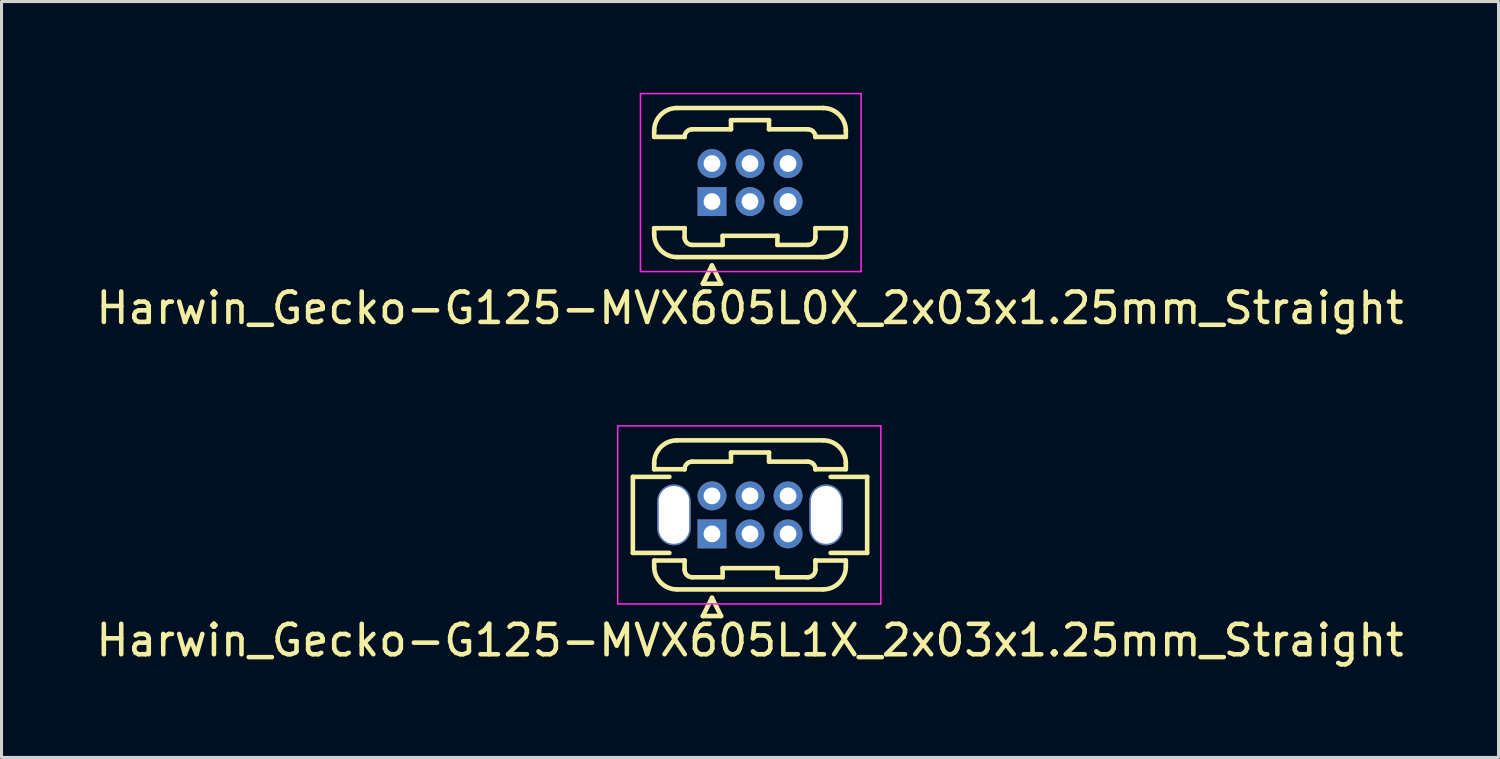
<source format=kicad_pcb>
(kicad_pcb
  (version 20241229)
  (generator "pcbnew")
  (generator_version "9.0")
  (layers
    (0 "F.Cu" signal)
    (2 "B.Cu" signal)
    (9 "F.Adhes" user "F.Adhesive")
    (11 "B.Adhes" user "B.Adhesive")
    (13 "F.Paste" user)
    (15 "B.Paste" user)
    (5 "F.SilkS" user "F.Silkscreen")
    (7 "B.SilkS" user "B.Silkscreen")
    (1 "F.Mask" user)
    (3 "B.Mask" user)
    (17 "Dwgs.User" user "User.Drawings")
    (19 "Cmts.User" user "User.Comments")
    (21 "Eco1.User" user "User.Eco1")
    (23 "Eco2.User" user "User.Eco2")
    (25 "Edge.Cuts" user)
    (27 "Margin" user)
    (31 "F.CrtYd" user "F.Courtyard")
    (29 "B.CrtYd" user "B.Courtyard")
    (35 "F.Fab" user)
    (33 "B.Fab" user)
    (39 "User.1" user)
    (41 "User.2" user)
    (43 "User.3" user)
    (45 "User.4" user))
  (footprint "Harwin_Gecko-G125-MVX605L0X_2x03x1.25mm_Straight"
    (layer "F.Cu")
    (at 20.351 3.575)
    (property "Reference" "Harwin_Gecko-G125-MVX605L0X_2x03x1.25mm_Straight" (at 1.25 3.5 0) (layer "F.SilkS") (effects (font (size 1 1) (thickness 0.15))))
    (attr through_hole)
    (fp_line (start -1.9 -2.325) (end -1.9 -2.125) (stroke (width 0.15) (type solid)) (layer "F.SilkS"))
    (fp_line (start -1.9 -2.125) (end -0.9 -2.125) (stroke (width 0.15) (type solid)) (layer "F.SilkS"))
    (fp_line (start -1.9 0.875) (end -0.9 0.875) (stroke (width 0.15) (type solid)) (layer "F.SilkS"))
    (fp_line (start -1.9 1.075) (end -1.9 0.875) (stroke (width 0.15) (type solid)) (layer "F.SilkS"))
    (fp_line (start -1.15 -3.075) (end 3.65 -3.075) (stroke (width 0.15) (type solid)) (layer "F.SilkS"))
    (fp_line (start -1.15 1.825) (end 3.65 1.825) (stroke (width 0.15) (type solid)) (layer "F.SilkS"))
    (fp_line (start -0.9 -2.125) (end -0.9 -2.125) (stroke (width 0.15) (type solid)) (layer "F.SilkS"))
    (fp_line (start -0.9 0.875) (end -0.9 0.875) (stroke (width 0.15) (type solid)) (layer "F.SilkS"))
    (fp_line (start -0.9 1.175) (end -0.9 0.875) (stroke (width 0.15) (type solid)) (layer "F.SilkS"))
    (fp_line (start -0.65 -2.375) (end 0.625 -2.375) (stroke (width 0.15) (type solid)) (layer "F.SilkS"))
    (fp_line (start -0.65 1.425) (end 0.35 1.425) (stroke (width 0.15) (type solid)) (layer "F.SilkS"))
    (fp_line (start -0.3 2.7) (end 0.3 2.7) (stroke (width 0.15) (type solid)) (layer "F.SilkS"))
    (fp_line (start 0 2.1) (end -0.3 2.7) (stroke (width 0.15) (type solid)) (layer "F.SilkS"))
    (fp_line (start 0.3 2.7) (end 0 2.1) (stroke (width 0.15) (type solid)) (layer "F.SilkS"))
    (fp_line (start 0.35 1.125) (end 2.15 1.125) (stroke (width 0.15) (type solid)) (layer "F.SilkS"))
    (fp_line (start 0.35 1.425) (end 0.35 1.125) (stroke (width 0.15) (type solid)) (layer "F.SilkS"))
    (fp_line (start 0.625 -2.675) (end 1.875 -2.675) (stroke (width 0.15) (type solid)) (layer "F.SilkS"))
    (fp_line (start 0.625 -2.375) (end 0.625 -2.675) (stroke (width 0.15) (type solid)) (layer "F.SilkS"))
    (fp_line (start 1.875 -2.675) (end 1.875 -2.375) (stroke (width 0.15) (type solid)) (layer "F.SilkS"))
    (fp_line (start 1.875 -2.375) (end 3.15 -2.375) (stroke (width 0.15) (type solid)) (layer "F.SilkS"))
    (fp_line (start 2.15 1.125) (end 2.15 1.425) (stroke (width 0.15) (type solid)) (layer "F.SilkS"))
    (fp_line (start 2.15 1.425) (end 3.15 1.425) (stroke (width 0.15) (type solid)) (layer "F.SilkS"))
    (fp_line (start 3.4 -2.125) (end 3.4 -2.125) (stroke (width 0.15) (type solid)) (layer "F.SilkS"))
    (fp_line (start 3.4 0.875) (end 3.4 0.875) (stroke (width 0.15) (type solid)) (layer "F.SilkS"))
    (fp_line (start 3.4 1.175) (end 3.4 0.875) (stroke (width 0.15) (type solid)) (layer "F.SilkS"))
    (fp_line (start 4.4 -2.325) (end 4.4 -2.125) (stroke (width 0.15) (type solid)) (layer "F.SilkS"))
    (fp_line (start 4.4 -2.125) (end 3.4 -2.125) (stroke (width 0.15) (type solid)) (layer "F.SilkS"))
    (fp_line (start 4.4 0.875) (end 3.4 0.875) (stroke (width 0.15) (type solid)) (layer "F.SilkS"))
    (fp_line (start 4.4 1.075) (end 4.4 0.875) (stroke (width 0.15) (type solid)) (layer "F.SilkS"))
    (fp_arc (start -1.9 -2.325) (mid -1.68033 -2.85533) (end -1.15 -3.075) (stroke (width 0.15) (type solid)) (layer "F.SilkS"))
    (fp_arc (start -1.15 1.825) (mid -1.68033 1.60533) (end -1.9 1.075) (stroke (width 0.15) (type solid)) (layer "F.SilkS"))
    (fp_arc (start -0.9 -2.125) (mid -0.826777 -2.301777) (end -0.65 -2.375) (stroke (width 0.15) (type solid)) (layer "F.SilkS"))
    (fp_arc (start -0.65 1.425) (mid -0.826777 1.351777) (end -0.9 1.175) (stroke (width 0.15) (type solid)) (layer "F.SilkS"))
    (fp_arc (start 3.15 -2.375) (mid 3.326777 -2.301777) (end 3.4 -2.125) (stroke (width 0.15) (type solid)) (layer "F.SilkS"))
    (fp_arc (start 3.4 1.175) (mid 3.326777 1.351777) (end 3.15 1.425) (stroke (width 0.15) (type solid)) (layer "F.SilkS"))
    (fp_arc (start 3.65 -3.075) (mid 4.18033 -2.85533) (end 4.4 -2.325) (stroke (width 0.15) (type solid)) (layer "F.SilkS"))
    (fp_arc (start 4.4 1.075) (mid 4.18033 1.60533) (end 3.65 1.825) (stroke (width 0.15) (type solid)) (layer "F.SilkS"))
    (fp_line (start -2.35 -3.55) (end -2.35 2.3) (stroke (width 0.05) (type solid)) (layer "F.CrtYd"))
    (fp_line (start -2.35 2.3) (end 4.9 2.3) (stroke (width 0.05) (type solid)) (layer "F.CrtYd"))
    (fp_line (start 4.9 -3.55) (end -2.35 -3.55) (stroke (width 0.05) (type solid)) (layer "F.CrtYd"))
    (fp_line (start 4.9 2.3) (end 4.9 -3.55) (stroke (width 0.05) (type solid)) (layer "F.CrtYd"))
    (pad "1" thru_hole rect (at 0 0) (size 0.95 0.95) (drill 0.55) (layers "*.Cu" "*.Mask"))
    (pad "2" thru_hole circle (at 0 -1.25) (size 0.95 0.95) (drill 0.55) (layers "*.Cu" "*.Mask"))
    (pad "3" thru_hole circle (at 1.25 0) (size 0.95 0.95) (drill 0.55) (layers "*.Cu" "*.Mask"))
    (pad "4" thru_hole circle (at 1.25 -1.25) (size 0.95 0.95) (drill 0.55) (layers "*.Cu" "*.Mask"))
    (pad "5" thru_hole circle (at 2.5 0) (size 0.95 0.95) (drill 0.55) (layers "*.Cu" "*.Mask"))
    (pad "6" thru_hole circle (at 2.5 -1.25) (size 0.95 0.95) (drill 0.55) (layers "*.Cu" "*.Mask")))
  (footprint "Harwin_Gecko-G125-MVX605L1X_2x03x1.25mm_Straight"
    (layer "F.Cu")
    (at 20.351 14.498)
    (property "Reference" "Harwin_Gecko-G125-MVX605L1X_2x03x1.25mm_Straight" (at 1.25 3.5 0) (layer "F.SilkS") (effects (font (size 1 1) (thickness 0.15))))
    (attr through_hole)
    (fp_line (start -2.6 -1.875) (end -2.6 0.625) (stroke (width 0.15) (type solid)) (layer "F.SilkS"))
    (fp_line (start -2.6 0.625) (end -1.4 0.625) (stroke (width 0.15) (type solid)) (layer "F.SilkS"))
    (fp_line (start -1.9 -2.325) (end -1.9 -2.125) (stroke (width 0.15) (type solid)) (layer "F.SilkS"))
    (fp_line (start -1.9 -2.125) (end -0.9 -2.125) (stroke (width 0.15) (type solid)) (layer "F.SilkS"))
    (fp_line (start -1.9 0.875) (end -0.9 0.875) (stroke (width 0.15) (type solid)) (layer "F.SilkS"))
    (fp_line (start -1.9 1.075) (end -1.9 0.875) (stroke (width 0.15) (type solid)) (layer "F.SilkS"))
    (fp_line (start -1.4 -1.875) (end -2.6 -1.875) (stroke (width 0.15) (type solid)) (layer "F.SilkS"))
    (fp_line (start -1.15 -3.075) (end 3.65 -3.075) (stroke (width 0.15) (type solid)) (layer "F.SilkS"))
    (fp_line (start -1.15 1.825) (end 3.65 1.825) (stroke (width 0.15) (type solid)) (layer "F.SilkS"))
    (fp_line (start -0.9 -2.125) (end -0.9 -2.125) (stroke (width 0.15) (type solid)) (layer "F.SilkS"))
    (fp_line (start -0.9 0.875) (end -0.9 0.875) (stroke (width 0.15) (type solid)) (layer "F.SilkS"))
    (fp_line (start -0.9 1.175) (end -0.9 0.875) (stroke (width 0.15) (type solid)) (layer "F.SilkS"))
    (fp_line (start -0.65 -2.375) (end 0.625 -2.375) (stroke (width 0.15) (type solid)) (layer "F.SilkS"))
    (fp_line (start -0.65 1.425) (end 0.35 1.425) (stroke (width 0.15) (type solid)) (layer "F.SilkS"))
    (fp_line (start -0.3 2.7) (end 0.3 2.7) (stroke (width 0.15) (type solid)) (layer "F.SilkS"))
    (fp_line (start 0 2.1) (end -0.3 2.7) (stroke (width 0.15) (type solid)) (layer "F.SilkS"))
    (fp_line (start 0.3 2.7) (end 0 2.1) (stroke (width 0.15) (type solid)) (layer "F.SilkS"))
    (fp_line (start 0.35 1.125) (end 2.15 1.125) (stroke (width 0.15) (type solid)) (layer "F.SilkS"))
    (fp_line (start 0.35 1.425) (end 0.35 1.125) (stroke (width 0.15) (type solid)) (layer "F.SilkS"))
    (fp_line (start 0.625 -2.675) (end 1.875 -2.675) (stroke (width 0.15) (type solid)) (layer "F.SilkS"))
    (fp_line (start 0.625 -2.375) (end 0.625 -2.675) (stroke (width 0.15) (type solid)) (layer "F.SilkS"))
    (fp_line (start 1.875 -2.675) (end 1.875 -2.375) (stroke (width 0.15) (type solid)) (layer "F.SilkS"))
    (fp_line (start 1.875 -2.375) (end 3.15 -2.375) (stroke (width 0.15) (type solid)) (layer "F.SilkS"))
    (fp_line (start 2.15 1.125) (end 2.15 1.425) (stroke (width 0.15) (type solid)) (layer "F.SilkS"))
    (fp_line (start 2.15 1.425) (end 3.15 1.425) (stroke (width 0.15) (type solid)) (layer "F.SilkS"))
    (fp_line (start 3.4 -2.125) (end 3.4 -2.125) (stroke (width 0.15) (type solid)) (layer "F.SilkS"))
    (fp_line (start 3.4 0.875) (end 3.4 0.875) (stroke (width 0.15) (type solid)) (layer "F.SilkS"))
    (fp_line (start 3.4 1.175) (end 3.4 0.875) (stroke (width 0.15) (type solid)) (layer "F.SilkS"))
    (fp_line (start 3.9 -1.875) (end 5.1 -1.875) (stroke (width 0.15) (type solid)) (layer "F.SilkS"))
    (fp_line (start 4.4 -2.325) (end 4.4 -2.125) (stroke (width 0.15) (type solid)) (layer "F.SilkS"))
    (fp_line (start 4.4 -2.125) (end 3.4 -2.125) (stroke (width 0.15) (type solid)) (layer "F.SilkS"))
    (fp_line (start 4.4 0.875) (end 3.4 0.875) (stroke (width 0.15) (type solid)) (layer "F.SilkS"))
    (fp_line (start 4.4 1.075) (end 4.4 0.875) (stroke (width 0.15) (type solid)) (layer "F.SilkS"))
    (fp_line (start 5.1 -1.875) (end 5.1 0.625) (stroke (width 0.15) (type solid)) (layer "F.SilkS"))
    (fp_line (start 5.1 0.625) (end 3.9 0.625) (stroke (width 0.15) (type solid)) (layer "F.SilkS"))
    (fp_arc (start -1.9 -2.325) (mid -1.68033 -2.85533) (end -1.15 -3.075) (stroke (width 0.15) (type solid)) (layer "F.SilkS"))
    (fp_arc (start -1.15 1.825) (mid -1.68033 1.60533) (end -1.9 1.075) (stroke (width 0.15) (type solid)) (layer "F.SilkS"))
    (fp_arc (start -0.9 -2.125) (mid -0.826777 -2.301777) (end -0.65 -2.375) (stroke (width 0.15) (type solid)) (layer "F.SilkS"))
    (fp_arc (start -0.65 1.425) (mid -0.826777 1.351777) (end -0.9 1.175) (stroke (width 0.15) (type solid)) (layer "F.SilkS"))
    (fp_arc (start 3.15 -2.375) (mid 3.326777 -2.301777) (end 3.4 -2.125) (stroke (width 0.15) (type solid)) (layer "F.SilkS"))
    (fp_arc (start 3.4 1.175) (mid 3.326777 1.351777) (end 3.15 1.425) (stroke (width 0.15) (type solid)) (layer "F.SilkS"))
    (fp_arc (start 3.65 -3.075) (mid 4.18033 -2.85533) (end 4.4 -2.325) (stroke (width 0.15) (type solid)) (layer "F.SilkS"))
    (fp_arc (start 4.4 1.075) (mid 4.18033 1.60533) (end 3.65 1.825) (stroke (width 0.15) (type solid)) (layer "F.SilkS"))
    (fp_line (start -3.1 -3.55) (end -3.1 2.3) (stroke (width 0.05) (type solid)) (layer "F.CrtYd"))
    (fp_line (start -3.1 2.3) (end 5.55 2.3) (stroke (width 0.05) (type solid)) (layer "F.CrtYd"))
    (fp_line (start 5.55 -3.55) (end -3.1 -3.55) (stroke (width 0.05) (type solid)) (layer "F.CrtYd"))
    (fp_line (start 5.55 2.3) (end 5.55 -3.55) (stroke (width 0.05) (type solid)) (layer "F.CrtYd"))
    (pad "" np_thru_hole oval (at -1.25 -0.625) (size 1.1 2) (drill oval 1 1.9) (layers "*.Cu"))
    (pad "" np_thru_hole oval (at 3.75 -0.625) (size 1.1 2) (drill oval 1 1.9) (layers "*.Cu"))
    (pad "1" thru_hole rect (at 0 0) (size 0.95 0.95) (drill 0.55) (layers "*.Cu" "*.Mask"))
    (pad "2" thru_hole circle (at 0 -1.25) (size 0.95 0.95) (drill 0.55) (layers "*.Cu" "*.Mask"))
    (pad "3" thru_hole circle (at 1.25 0) (size 0.95 0.95) (drill 0.55) (layers "*.Cu" "*.Mask"))
    (pad "4" thru_hole circle (at 1.25 -1.25) (size 0.95 0.95) (drill 0.55) (layers "*.Cu" "*.Mask"))
    (pad "5" thru_hole circle (at 2.5 0) (size 0.95 0.95) (drill 0.55) (layers "*.Cu" "*.Mask"))
    (pad "6" thru_hole circle (at 2.5 -1.25) (size 0.95 0.95) (drill 0.55) (layers "*.Cu" "*.Mask")))
  (gr_rect
    (start -3 -3)
    (end 46.202 21.846)
    (stroke (width 0.1) (type default))
    (fill no)
    (layer "Edge.Cuts")))
</source>
